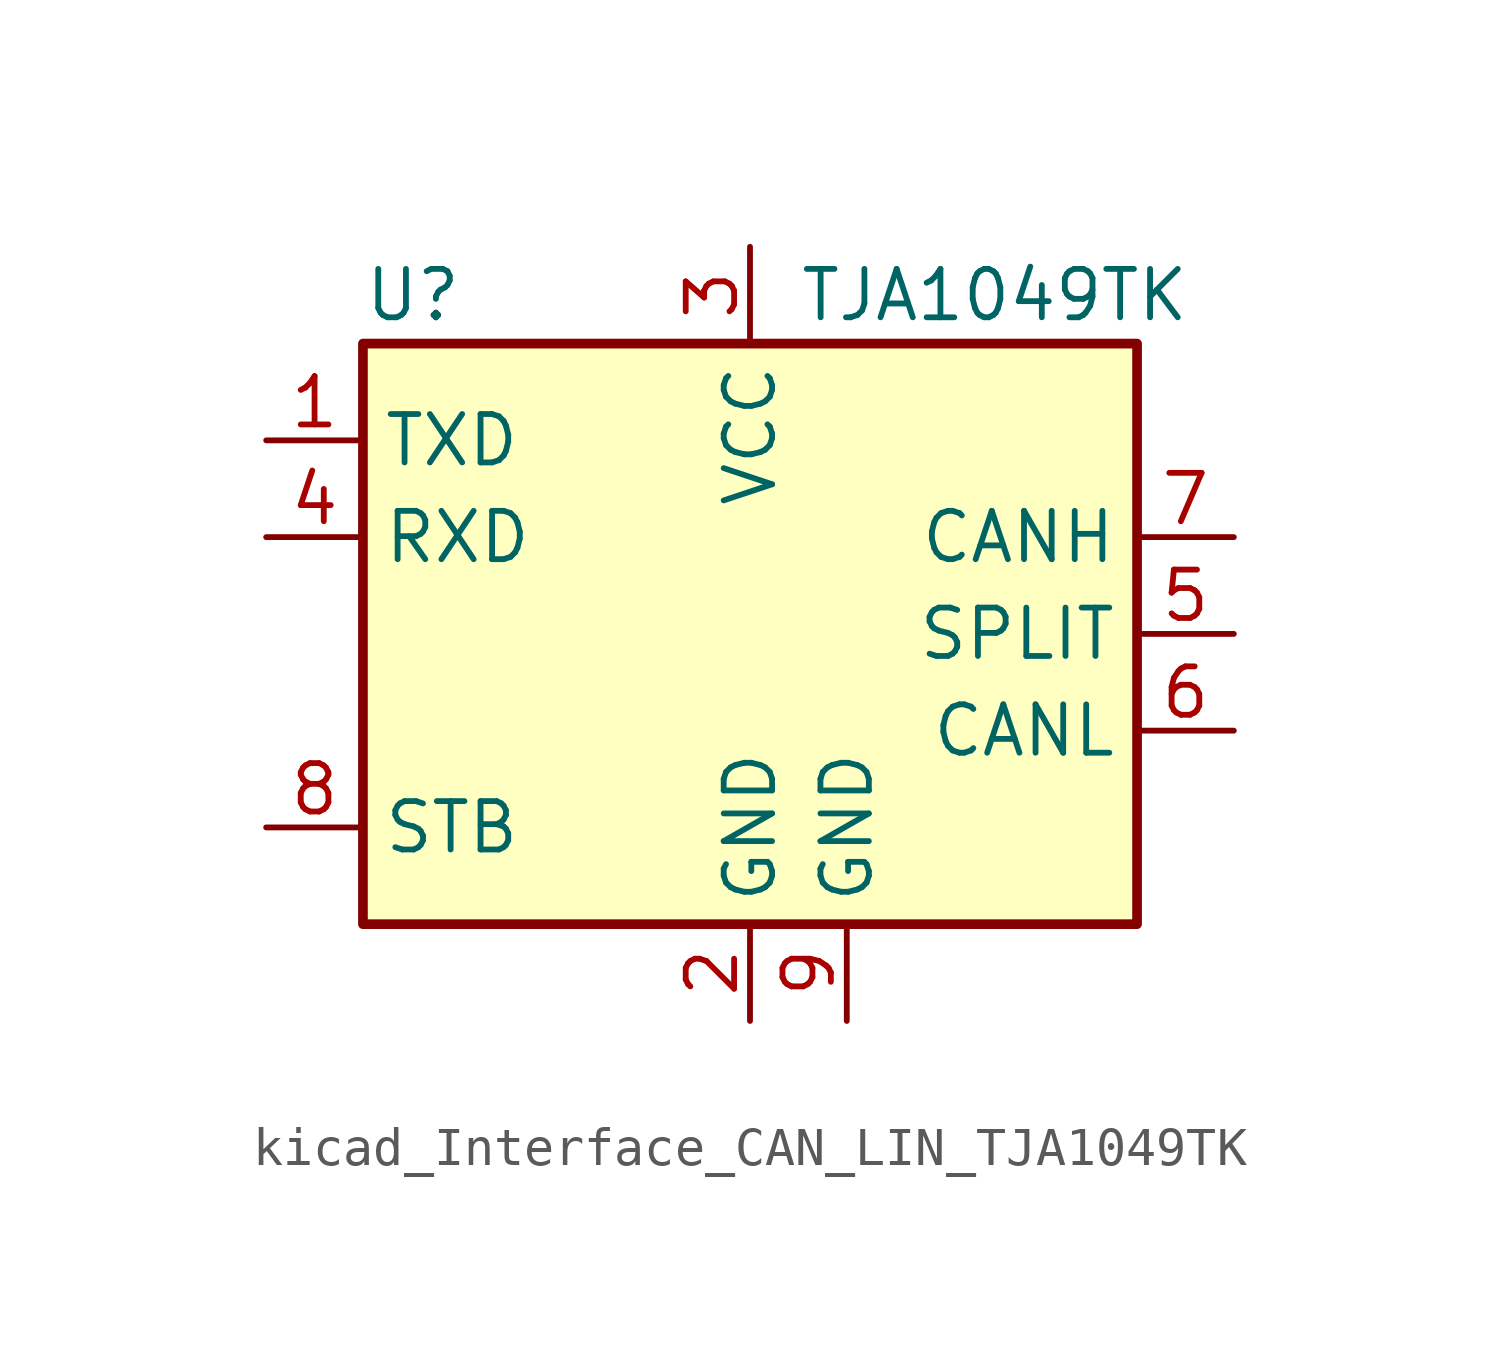
<source format=kicad_sym>
(kicad_symbol_lib
  (version 20220914)
  (generator kicad_symbol_editor)
  (symbol "kicad_Interface_CAN_LIN_TJA1049TK"
    (property "Reference" "U"
      (at -10.16 8.89 0)
      (effects (font (size 1.27 1.27)) (justify left)))
    (property "Value" "TJA1049TK"
      (at 1.27 8.89 0)
      (effects (font (size 1.27 1.27)) (justify left)))
    (symbol "kicad_Interface_CAN_LIN_TJA1049TK_0_1"
      (rectangle (start -10.16 7.62) (end 10.16 -7.62) (stroke (width 0.254) (type default)) (fill (type background))))
    (symbol "kicad_Interface_CAN_LIN_TJA1049TK_1_1"
      (pin input line (at -12.7 5.08 0) (length 2.54) (name "TXD" (effects (font (size 1.27 1.27)))) (number "1" (effects (font (size 1.27 1.27)))))
      (pin power_in line (at 0 -10.16 90) (length 2.54) (name "GND" (effects (font (size 1.27 1.27)))) (number "2" (effects (font (size 1.27 1.27)))))
      (pin power_in line (at 0 10.16 270) (length 2.54) (name "VCC" (effects (font (size 1.27 1.27)))) (number "3" (effects (font (size 1.27 1.27)))))
      (pin output line (at -12.7 2.54 0) (length 2.54) (name "RXD" (effects (font (size 1.27 1.27)))) (number "4" (effects (font (size 1.27 1.27)))))
      (pin power_out line (at 12.7 0 180) (length 2.54) (name "SPLIT" (effects (font (size 1.27 1.27)))) (number "5" (effects (font (size 1.27 1.27)))))
      (pin bidirectional line (at 12.7 -2.54 180) (length 2.54) (name "CANL" (effects (font (size 1.27 1.27)))) (number "6" (effects (font (size 1.27 1.27)))))
      (pin bidirectional line (at 12.7 2.54 180) (length 2.54) (name "CANH" (effects (font (size 1.27 1.27)))) (number "7" (effects (font (size 1.27 1.27)))))
      (pin input line (at -12.7 -5.08 0) (length 2.54) (name "STB" (effects (font (size 1.27 1.27)))) (number "8" (effects (font (size 1.27 1.27)))))
      (pin power_in line (at 2.54 -10.16 90) (length 2.54) (name "GND" (effects (font (size 1.27 1.27)))) (number "9" (effects (font (size 1.27 1.27))))))))
</source>
